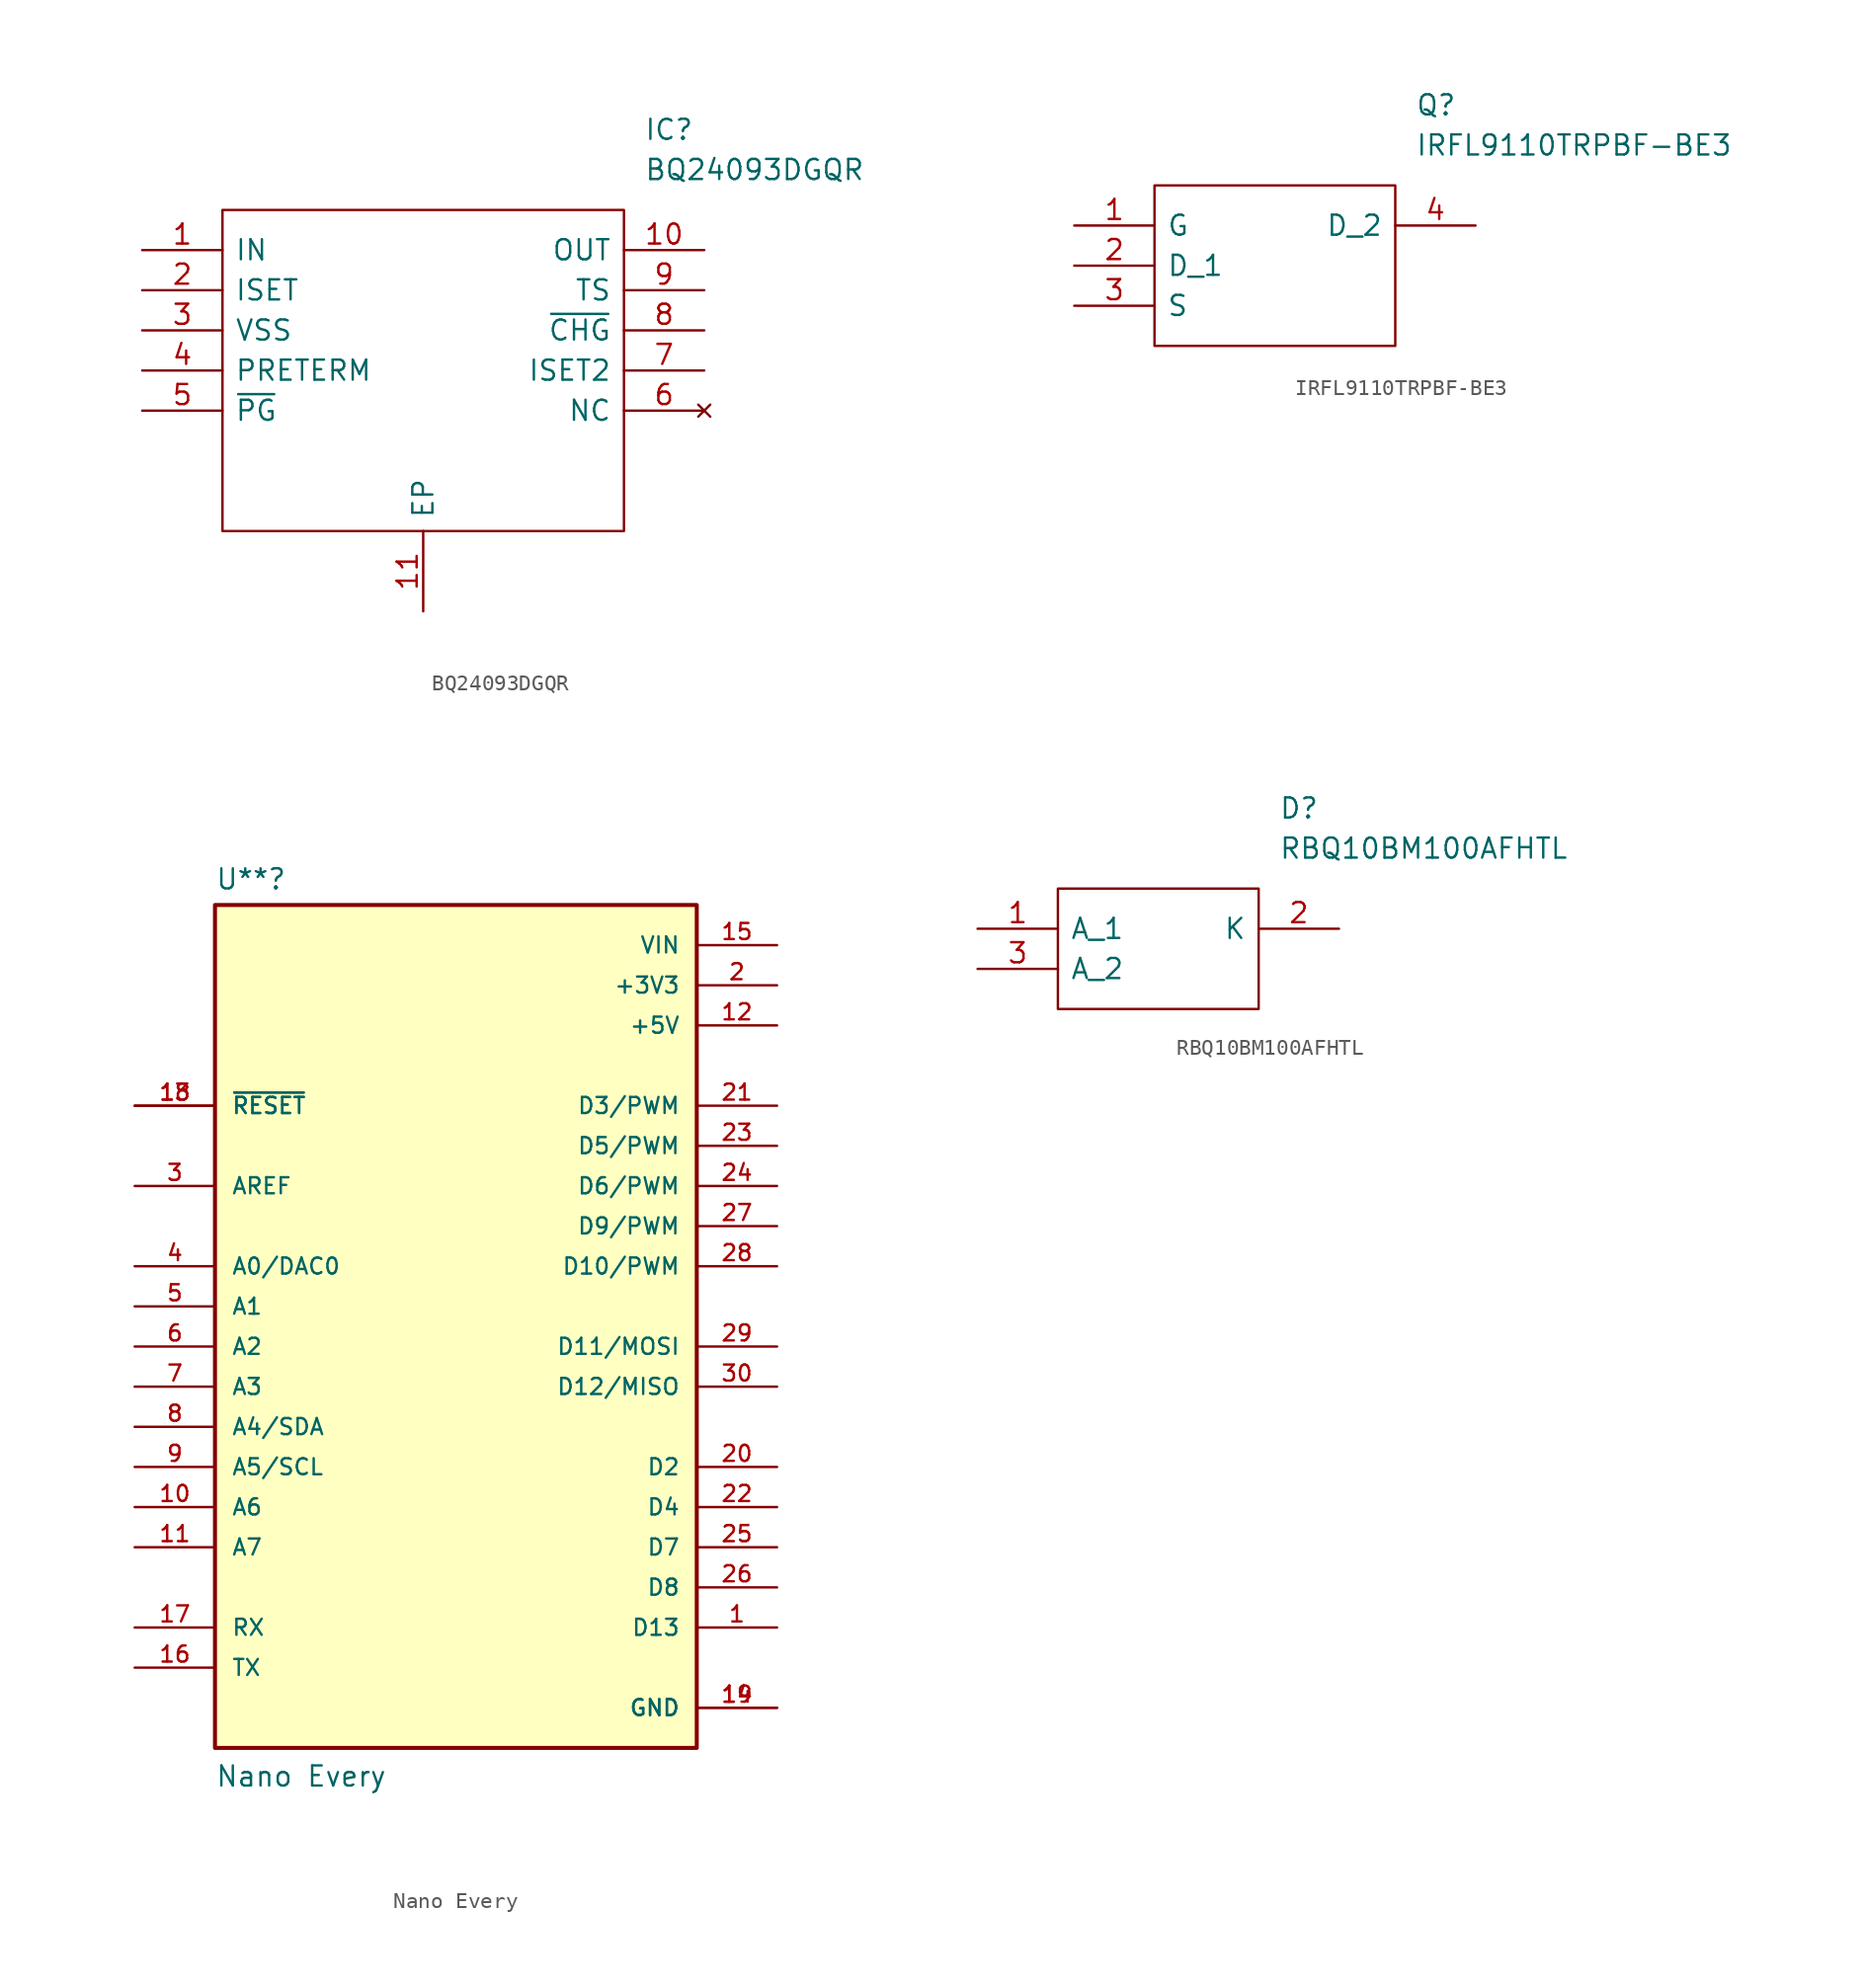
<source format=kicad_sym>
(kicad_symbol_lib
  (version 20211014)
  (generator kicad_symbol_editor)
  (symbol "BQ24093DGQR"
    (pin_names
      (offset 0.762))
    (property "Reference" "IC"
      (at 31.75 7.62 0)
      (effects (font (size 1.27 1.27)) (justify left)))
    (property "Value" "BQ24093DGQR"
      (at 31.75 5.08 0)
      (effects (font (size 1.27 1.27)) (justify left)))
    (symbol "BQ24093DGQR_0_0"
      (pin passive line (at 0 0 0) (length 5.08) (name "IN" (effects (font (size 1.27 1.27)))) (number "1" (effects (font (size 1.27 1.27)))))
      (pin passive line (at 35.56 0 180) (length 5.08) (name "OUT" (effects (font (size 1.27 1.27)))) (number "10" (effects (font (size 1.27 1.27)))))
      (pin passive line (at 17.78 -22.86 90) (length 5.08) (name "EP" (effects (font (size 1.27 1.27)))) (number "11" (effects (font (size 1.27 1.27)))))
      (pin passive line (at 0 -2.54 0) (length 5.08) (name "ISET" (effects (font (size 1.27 1.27)))) (number "2" (effects (font (size 1.27 1.27)))))
      (pin passive line (at 0 -5.08 0) (length 5.08) (name "VSS" (effects (font (size 1.27 1.27)))) (number "3" (effects (font (size 1.27 1.27)))))
      (pin passive line (at 0 -7.62 0) (length 5.08) (name "PRETERM" (effects (font (size 1.27 1.27)))) (number "4" (effects (font (size 1.27 1.27)))))
      (pin passive line (at 0 -10.16 0) (length 5.08) (name "~{PG}" (effects (font (size 1.27 1.27)))) (number "5" (effects (font (size 1.27 1.27)))))
      (pin no_connect line (at 35.56 -10.16 180) (length 5.08) (name "NC" (effects (font (size 1.27 1.27)))) (number "6" (effects (font (size 1.27 1.27)))))
      (pin passive line (at 35.56 -7.62 180) (length 5.08) (name "ISET2" (effects (font (size 1.27 1.27)))) (number "7" (effects (font (size 1.27 1.27)))))
      (pin passive line (at 35.56 -5.08 180) (length 5.08) (name "~{CHG}" (effects (font (size 1.27 1.27)))) (number "8" (effects (font (size 1.27 1.27)))))
      (pin passive line (at 35.56 -2.54 180) (length 5.08) (name "TS" (effects (font (size 1.27 1.27)))) (number "9" (effects (font (size 1.27 1.27))))))
    (symbol "BQ24093DGQR_0_1"
      (polyline (pts (xy 5.08 2.54) (xy 30.48 2.54) (xy 30.48 -17.78) (xy 5.08 -17.78) (xy 5.08 2.54)) (stroke (width 0.152) (type default) (color 0 0 0 0)) (fill (type none)))))
  (symbol "IRFL9110TRPBF-BE3"
    (pin_names
      (offset 0.762))
    (property "Reference" "Q"
      (at 21.59 7.62 0)
      (effects (font (size 1.27 1.27)) (justify left)))
    (property "Value" "IRFL9110TRPBF-BE3"
      (at 21.59 5.08 0)
      (effects (font (size 1.27 1.27)) (justify left)))
    (symbol "IRFL9110TRPBF-BE3_0_0"
      (pin passive line (at 0 0 0) (length 5.08) (name "G" (effects (font (size 1.27 1.27)))) (number "1" (effects (font (size 1.27 1.27)))))
      (pin passive line (at 0 -2.54 0) (length 5.08) (name "D_1" (effects (font (size 1.27 1.27)))) (number "2" (effects (font (size 1.27 1.27)))))
      (pin passive line (at 0 -5.08 0) (length 5.08) (name "S" (effects (font (size 1.27 1.27)))) (number "3" (effects (font (size 1.27 1.27)))))
      (pin passive line (at 25.4 0 180) (length 5.08) (name "D_2" (effects (font (size 1.27 1.27)))) (number "4" (effects (font (size 1.27 1.27))))))
    (symbol "IRFL9110TRPBF-BE3_0_1"
      (polyline (pts (xy 5.08 2.54) (xy 20.32 2.54) (xy 20.32 -7.62) (xy 5.08 -7.62) (xy 5.08 2.54)) (stroke (width 0.152) (type default) (color 0 0 0 0)) (fill (type none)))))
  (symbol "Nano Every"
    (pin_names
      (offset 1.016))
    (property "Reference" "U**"
      (at -15.24 26.289 0)
      (effects (font (size 1.27 1.27)) (justify left bottom)))
    (property "Value" "Nano Every"
      (at -15.24 -30.48 0)
      (effects (font (size 1.27 1.27)) (justify left bottom)))
    (symbol "Nano Every_0_0"
      (rectangle (start -15.24 -27.94) (end 15.24 25.4) (stroke (width 0.254) (type default) (color 0 0 0 0)) (fill (type background)))
      (pin bidirectional line (at 20.32 -20.32 180) (length 5.08) (name "D13" (effects (font (size 1.016 1.016)))) (number "1" (effects (font (size 1.016 1.016)))))
      (pin bidirectional line (at -20.32 -12.7 0) (length 5.08) (name "A6" (effects (font (size 1.016 1.016)))) (number "10" (effects (font (size 1.016 1.016)))))
      (pin bidirectional line (at -20.32 -15.24 0) (length 5.08) (name "A7" (effects (font (size 1.016 1.016)))) (number "11" (effects (font (size 1.016 1.016)))))
      (pin power_in line (at 20.32 17.78 180) (length 5.08) (name "+5V" (effects (font (size 1.016 1.016)))) (number "12" (effects (font (size 1.016 1.016)))))
      (pin input line (at -20.32 12.7 0) (length 5.08) (name "~{RESET}" (effects (font (size 1.016 1.016)))) (number "13" (effects (font (size 1.016 1.016)))))
      (pin power_in line (at 20.32 -25.4 180) (length 5.08) (name "GND" (effects (font (size 1.016 1.016)))) (number "14" (effects (font (size 1.016 1.016)))))
      (pin power_in line (at 20.32 22.86 180) (length 5.08) (name "VIN" (effects (font (size 1.016 1.016)))) (number "15" (effects (font (size 1.016 1.016)))))
      (pin bidirectional line (at -20.32 -22.86 0) (length 5.08) (name "TX" (effects (font (size 1.016 1.016)))) (number "16" (effects (font (size 1.016 1.016)))))
      (pin bidirectional line (at -20.32 -20.32 0) (length 5.08) (name "RX" (effects (font (size 1.016 1.016)))) (number "17" (effects (font (size 1.016 1.016)))))
      (pin input line (at -20.32 12.7 0) (length 5.08) (name "~{RESET}" (effects (font (size 1.016 1.016)))) (number "18" (effects (font (size 1.016 1.016)))))
      (pin power_in line (at 20.32 -25.4 180) (length 5.08) (name "GND" (effects (font (size 1.016 1.016)))) (number "19" (effects (font (size 1.016 1.016)))))
      (pin power_in line (at 20.32 20.32 180) (length 5.08) (name "+3V3" (effects (font (size 1.016 1.016)))) (number "2" (effects (font (size 1.016 1.016)))))
      (pin bidirectional line (at 20.32 -10.16 180) (length 5.08) (name "D2" (effects (font (size 1.016 1.016)))) (number "20" (effects (font (size 1.016 1.016)))))
      (pin bidirectional line (at 20.32 12.7 180) (length 5.08) (name "D3/PWM" (effects (font (size 1.016 1.016)))) (number "21" (effects (font (size 1.016 1.016)))))
      (pin bidirectional line (at 20.32 -12.7 180) (length 5.08) (name "D4" (effects (font (size 1.016 1.016)))) (number "22" (effects (font (size 1.016 1.016)))))
      (pin bidirectional line (at 20.32 10.16 180) (length 5.08) (name "D5/PWM" (effects (font (size 1.016 1.016)))) (number "23" (effects (font (size 1.016 1.016)))))
      (pin bidirectional line (at 20.32 7.62 180) (length 5.08) (name "D6/PWM" (effects (font (size 1.016 1.016)))) (number "24" (effects (font (size 1.016 1.016)))))
      (pin bidirectional line (at 20.32 -15.24 180) (length 5.08) (name "D7" (effects (font (size 1.016 1.016)))) (number "25" (effects (font (size 1.016 1.016)))))
      (pin bidirectional line (at 20.32 -17.78 180) (length 5.08) (name "D8" (effects (font (size 1.016 1.016)))) (number "26" (effects (font (size 1.016 1.016)))))
      (pin bidirectional line (at 20.32 5.08 180) (length 5.08) (name "D9/PWM" (effects (font (size 1.016 1.016)))) (number "27" (effects (font (size 1.016 1.016)))))
      (pin bidirectional line (at 20.32 2.54 180) (length 5.08) (name "D10/PWM" (effects (font (size 1.016 1.016)))) (number "28" (effects (font (size 1.016 1.016)))))
      (pin bidirectional line (at 20.32 -2.54 180) (length 5.08) (name "D11/MOSI" (effects (font (size 1.016 1.016)))) (number "29" (effects (font (size 1.016 1.016)))))
      (pin bidirectional line (at -20.32 7.62 0) (length 5.08) (name "AREF" (effects (font (size 1.016 1.016)))) (number "3" (effects (font (size 1.016 1.016)))))
      (pin bidirectional line (at 20.32 -5.08 180) (length 5.08) (name "D12/MISO" (effects (font (size 1.016 1.016)))) (number "30" (effects (font (size 1.016 1.016)))))
      (pin bidirectional line (at -20.32 2.54 0) (length 5.08) (name "A0/DAC0" (effects (font (size 1.016 1.016)))) (number "4" (effects (font (size 1.016 1.016)))))
      (pin bidirectional line (at -20.32 0 0) (length 5.08) (name "A1" (effects (font (size 1.016 1.016)))) (number "5" (effects (font (size 1.016 1.016)))))
      (pin bidirectional line (at -20.32 -2.54 0) (length 5.08) (name "A2" (effects (font (size 1.016 1.016)))) (number "6" (effects (font (size 1.016 1.016)))))
      (pin bidirectional line (at -20.32 -5.08 0) (length 5.08) (name "A3" (effects (font (size 1.016 1.016)))) (number "7" (effects (font (size 1.016 1.016)))))
      (pin bidirectional line (at -20.32 -7.62 0) (length 5.08) (name "A4/SDA" (effects (font (size 1.016 1.016)))) (number "8" (effects (font (size 1.016 1.016)))))
      (pin bidirectional line (at -20.32 -10.16 0) (length 5.08) (name "A5/SCL" (effects (font (size 1.016 1.016)))) (number "9" (effects (font (size 1.016 1.016)))))))
  (symbol "RBQ10BM100AFHTL"
    (pin_names
      (offset 0.762))
    (property "Reference" "D"
      (at 19.05 7.62 0)
      (effects (font (size 1.27 1.27)) (justify left)))
    (property "Value" "RBQ10BM100AFHTL"
      (at 19.05 5.08 0)
      (effects (font (size 1.27 1.27)) (justify left)))
    (symbol "RBQ10BM100AFHTL_0_0"
      (pin passive line (at 0 0 0) (length 5.08) (name "A_1" (effects (font (size 1.27 1.27)))) (number "1" (effects (font (size 1.27 1.27)))))
      (pin passive line (at 22.86 0 180) (length 5.08) (name "K" (effects (font (size 1.27 1.27)))) (number "2" (effects (font (size 1.27 1.27)))))
      (pin passive line (at 0 -2.54 0) (length 5.08) (name "A_2" (effects (font (size 1.27 1.27)))) (number "3" (effects (font (size 1.27 1.27))))))
    (symbol "RBQ10BM100AFHTL_0_1"
      (polyline (pts (xy 5.08 2.54) (xy 17.78 2.54) (xy 17.78 -5.08) (xy 5.08 -5.08) (xy 5.08 2.54)) (stroke (width 0.152) (type default) (color 0 0 0 0)) (fill (type none))))))
</source>
